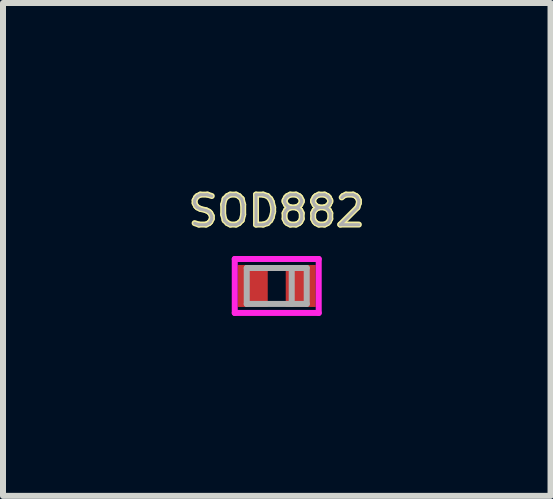
<source format=kicad_pcb>
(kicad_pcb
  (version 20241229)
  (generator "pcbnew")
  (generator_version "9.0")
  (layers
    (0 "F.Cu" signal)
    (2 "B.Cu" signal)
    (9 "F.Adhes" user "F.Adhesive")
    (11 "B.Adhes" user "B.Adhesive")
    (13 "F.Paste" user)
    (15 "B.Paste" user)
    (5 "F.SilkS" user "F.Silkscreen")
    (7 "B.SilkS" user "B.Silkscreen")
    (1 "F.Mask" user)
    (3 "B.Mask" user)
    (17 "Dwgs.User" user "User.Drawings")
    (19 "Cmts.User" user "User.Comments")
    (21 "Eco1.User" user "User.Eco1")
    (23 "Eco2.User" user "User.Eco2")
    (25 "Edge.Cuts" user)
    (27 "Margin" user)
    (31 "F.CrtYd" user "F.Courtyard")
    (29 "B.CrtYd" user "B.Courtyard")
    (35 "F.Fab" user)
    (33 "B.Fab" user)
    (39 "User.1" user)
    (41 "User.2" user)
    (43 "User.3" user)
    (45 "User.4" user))
  (footprint "SOD882"
    (layer "F.Cu")
    (at 1.564 1.718)
    (property "Reference" "SOD882" (at 0 -1.25 0) (layer "F.SilkS") (effects (font (size 0.5 0.5) (thickness 0.1))))
    (attr smd)
    (fp_line (start -0.7 -0.45) (end 0.7 -0.45) (stroke (width 0.1) (type solid)) (layer "F.CrtYd"))
    (fp_line (start -0.7 0.45) (end -0.7 -0.45) (stroke (width 0.1) (type solid)) (layer "F.CrtYd"))
    (fp_line (start 0.7 -0.45) (end 0.7 0.45) (stroke (width 0.1) (type solid)) (layer "F.CrtYd"))
    (fp_line (start 0.7 0.45) (end -0.7 0.45) (stroke (width 0.1) (type solid)) (layer "F.CrtYd"))
    (fp_line (start -0.5 -0.3) (end 0.5 -0.3) (stroke (width 0.1) (type solid)) (layer "F.Fab"))
    (fp_line (start -0.5 0.3) (end -0.5 -0.3) (stroke (width 0.1) (type solid)) (layer "F.Fab"))
    (fp_line (start 0.25 -0.3) (end 0.25 0.3) (stroke (width 0.1) (type solid)) (layer "F.Fab"))
    (fp_line (start 0.5 -0.3) (end 0.5 0.3) (stroke (width 0.1) (type solid)) (layer "F.Fab"))
    (fp_line (start 0.5 0.3) (end -0.5 0.3) (stroke (width 0.1) (type solid)) (layer "F.Fab"))
    (fp_text user "${REFERENCE}" (at 0 -1.25 0) (layer "F.Fab") (effects (font (size 0.5 0.5) (thickness 0.05))))
    (pad "1" smd rect (at -0.4 0) (size 0.5 0.7) (layers "F.Cu" "F.Mask" "F.Paste"))
    (pad "2" smd rect (at 0.4 0) (size 0.5 0.7) (layers "F.Cu" "F.Mask" "F.Paste")))
  (gr_rect
    (start -3 -3)
    (end 6.129 5.218)
    (stroke (width 0.1) (type default))
    (fill no)
    (layer "Edge.Cuts")))
</source>
